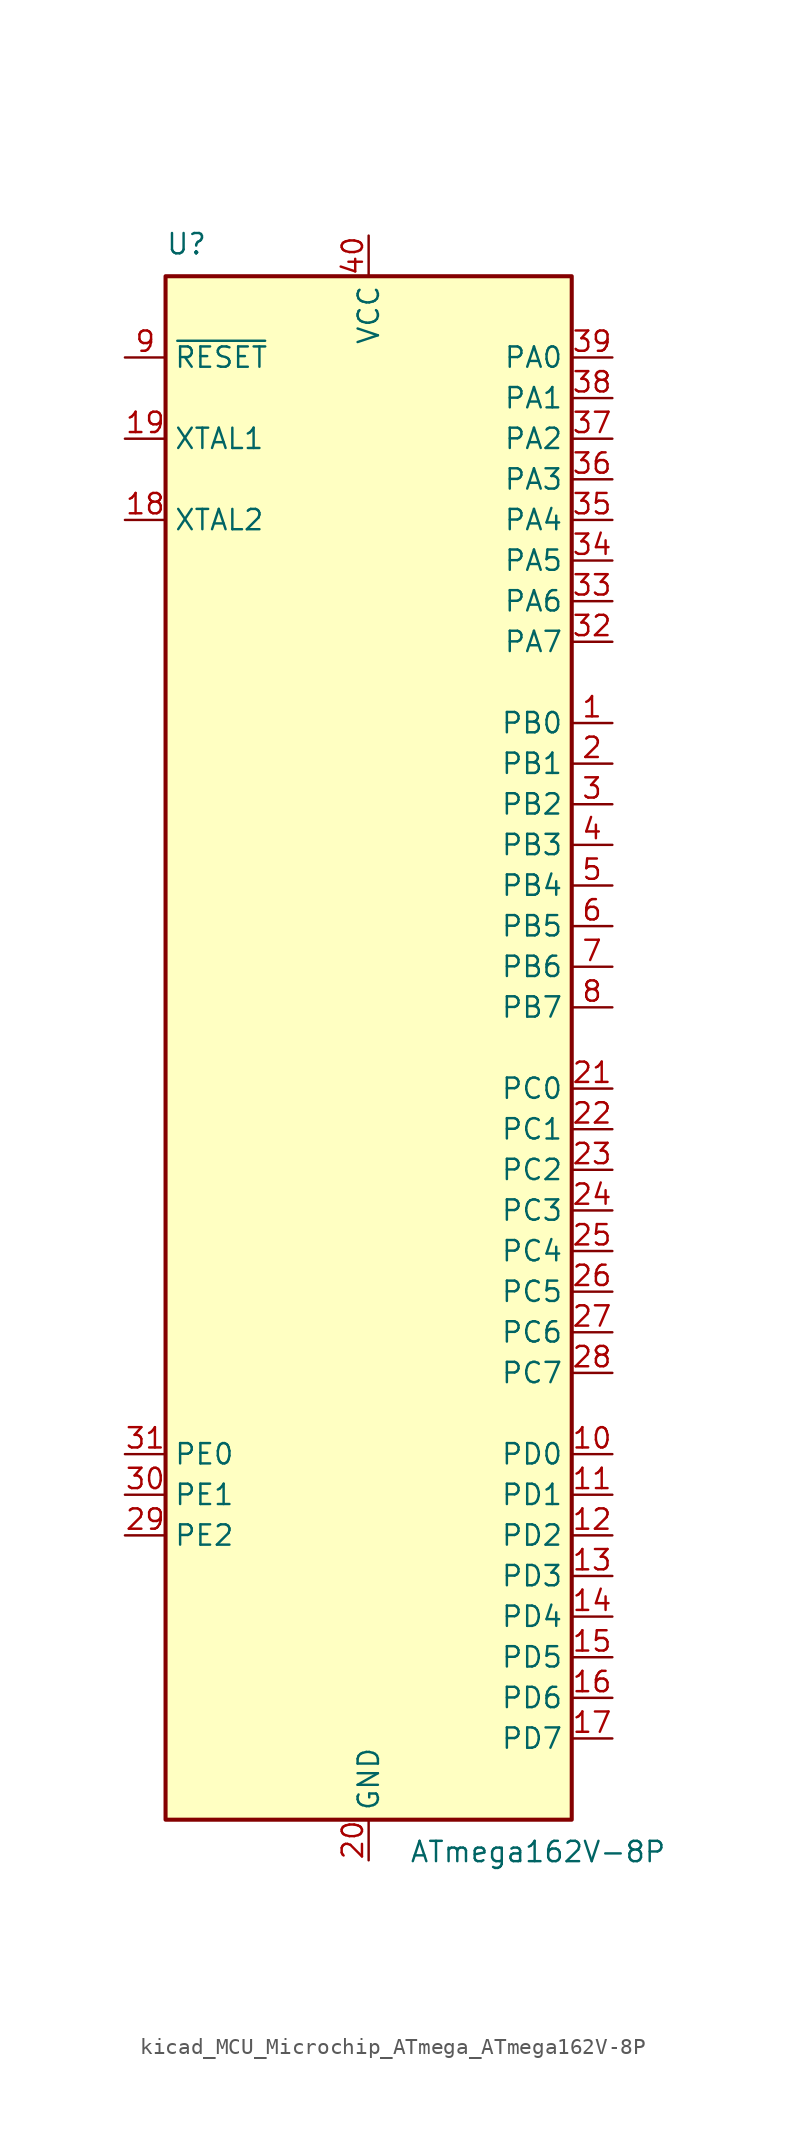
<source format=kicad_sym>
(kicad_symbol_lib
  (version 20220914)
  (generator kicad_symbol_editor)
  (symbol "kicad_MCU_Microchip_ATmega_ATmega162V-8P"
    (property "Reference" "U"
      (at -12.7 49.53 0)
      (effects (font (size 1.27 1.27)) (justify left bottom)))
    (property "Value" "ATmega162V-8P"
      (at 2.54 -49.53 0)
      (effects (font (size 1.27 1.27)) (justify left top)))
    (symbol "kicad_MCU_Microchip_ATmega_ATmega162V-8P_0_1"
      (rectangle (start -12.7 -48.26) (end 12.7 48.26) (stroke (width 0.254) (type default)) (fill (type background))))
    (symbol "kicad_MCU_Microchip_ATmega_ATmega162V-8P_1_1"
      (pin bidirectional line (at 15.24 20.32 180) (length 2.54) (name "PB0" (effects (font (size 1.27 1.27)))) (number "1" (effects (font (size 1.27 1.27)))))
      (pin bidirectional line (at 15.24 -25.4 180) (length 2.54) (name "PD0" (effects (font (size 1.27 1.27)))) (number "10" (effects (font (size 1.27 1.27)))))
      (pin bidirectional line (at 15.24 -27.94 180) (length 2.54) (name "PD1" (effects (font (size 1.27 1.27)))) (number "11" (effects (font (size 1.27 1.27)))))
      (pin bidirectional line (at 15.24 -30.48 180) (length 2.54) (name "PD2" (effects (font (size 1.27 1.27)))) (number "12" (effects (font (size 1.27 1.27)))))
      (pin bidirectional line (at 15.24 -33.02 180) (length 2.54) (name "PD3" (effects (font (size 1.27 1.27)))) (number "13" (effects (font (size 1.27 1.27)))))
      (pin bidirectional line (at 15.24 -35.56 180) (length 2.54) (name "PD4" (effects (font (size 1.27 1.27)))) (number "14" (effects (font (size 1.27 1.27)))))
      (pin bidirectional line (at 15.24 -38.1 180) (length 2.54) (name "PD5" (effects (font (size 1.27 1.27)))) (number "15" (effects (font (size 1.27 1.27)))))
      (pin bidirectional line (at 15.24 -40.64 180) (length 2.54) (name "PD6" (effects (font (size 1.27 1.27)))) (number "16" (effects (font (size 1.27 1.27)))))
      (pin bidirectional line (at 15.24 -43.18 180) (length 2.54) (name "PD7" (effects (font (size 1.27 1.27)))) (number "17" (effects (font (size 1.27 1.27)))))
      (pin output line (at -15.24 33.02 0) (length 2.54) (name "XTAL2" (effects (font (size 1.27 1.27)))) (number "18" (effects (font (size 1.27 1.27)))))
      (pin input line (at -15.24 38.1 0) (length 2.54) (name "XTAL1" (effects (font (size 1.27 1.27)))) (number "19" (effects (font (size 1.27 1.27)))))
      (pin bidirectional line (at 15.24 17.78 180) (length 2.54) (name "PB1" (effects (font (size 1.27 1.27)))) (number "2" (effects (font (size 1.27 1.27)))))
      (pin power_in line (at 0 -50.8 90) (length 2.54) (name "GND" (effects (font (size 1.27 1.27)))) (number "20" (effects (font (size 1.27 1.27)))))
      (pin bidirectional line (at 15.24 -2.54 180) (length 2.54) (name "PC0" (effects (font (size 1.27 1.27)))) (number "21" (effects (font (size 1.27 1.27)))))
      (pin bidirectional line (at 15.24 -5.08 180) (length 2.54) (name "PC1" (effects (font (size 1.27 1.27)))) (number "22" (effects (font (size 1.27 1.27)))))
      (pin bidirectional line (at 15.24 -7.62 180) (length 2.54) (name "PC2" (effects (font (size 1.27 1.27)))) (number "23" (effects (font (size 1.27 1.27)))))
      (pin bidirectional line (at 15.24 -10.16 180) (length 2.54) (name "PC3" (effects (font (size 1.27 1.27)))) (number "24" (effects (font (size 1.27 1.27)))))
      (pin bidirectional line (at 15.24 -12.7 180) (length 2.54) (name "PC4" (effects (font (size 1.27 1.27)))) (number "25" (effects (font (size 1.27 1.27)))))
      (pin bidirectional line (at 15.24 -15.24 180) (length 2.54) (name "PC5" (effects (font (size 1.27 1.27)))) (number "26" (effects (font (size 1.27 1.27)))))
      (pin bidirectional line (at 15.24 -17.78 180) (length 2.54) (name "PC6" (effects (font (size 1.27 1.27)))) (number "27" (effects (font (size 1.27 1.27)))))
      (pin bidirectional line (at 15.24 -20.32 180) (length 2.54) (name "PC7" (effects (font (size 1.27 1.27)))) (number "28" (effects (font (size 1.27 1.27)))))
      (pin bidirectional line (at -15.24 -30.48 0) (length 2.54) (name "PE2" (effects (font (size 1.27 1.27)))) (number "29" (effects (font (size 1.27 1.27)))))
      (pin bidirectional line (at 15.24 15.24 180) (length 2.54) (name "PB2" (effects (font (size 1.27 1.27)))) (number "3" (effects (font (size 1.27 1.27)))))
      (pin bidirectional line (at -15.24 -27.94 0) (length 2.54) (name "PE1" (effects (font (size 1.27 1.27)))) (number "30" (effects (font (size 1.27 1.27)))))
      (pin bidirectional line (at -15.24 -25.4 0) (length 2.54) (name "PE0" (effects (font (size 1.27 1.27)))) (number "31" (effects (font (size 1.27 1.27)))))
      (pin bidirectional line (at 15.24 25.4 180) (length 2.54) (name "PA7" (effects (font (size 1.27 1.27)))) (number "32" (effects (font (size 1.27 1.27)))))
      (pin bidirectional line (at 15.24 27.94 180) (length 2.54) (name "PA6" (effects (font (size 1.27 1.27)))) (number "33" (effects (font (size 1.27 1.27)))))
      (pin bidirectional line (at 15.24 30.48 180) (length 2.54) (name "PA5" (effects (font (size 1.27 1.27)))) (number "34" (effects (font (size 1.27 1.27)))))
      (pin bidirectional line (at 15.24 33.02 180) (length 2.54) (name "PA4" (effects (font (size 1.27 1.27)))) (number "35" (effects (font (size 1.27 1.27)))))
      (pin bidirectional line (at 15.24 35.56 180) (length 2.54) (name "PA3" (effects (font (size 1.27 1.27)))) (number "36" (effects (font (size 1.27 1.27)))))
      (pin bidirectional line (at 15.24 38.1 180) (length 2.54) (name "PA2" (effects (font (size 1.27 1.27)))) (number "37" (effects (font (size 1.27 1.27)))))
      (pin bidirectional line (at 15.24 40.64 180) (length 2.54) (name "PA1" (effects (font (size 1.27 1.27)))) (number "38" (effects (font (size 1.27 1.27)))))
      (pin bidirectional line (at 15.24 43.18 180) (length 2.54) (name "PA0" (effects (font (size 1.27 1.27)))) (number "39" (effects (font (size 1.27 1.27)))))
      (pin bidirectional line (at 15.24 12.7 180) (length 2.54) (name "PB3" (effects (font (size 1.27 1.27)))) (number "4" (effects (font (size 1.27 1.27)))))
      (pin power_in line (at 0 50.8 270) (length 2.54) (name "VCC" (effects (font (size 1.27 1.27)))) (number "40" (effects (font (size 1.27 1.27)))))
      (pin bidirectional line (at 15.24 10.16 180) (length 2.54) (name "PB4" (effects (font (size 1.27 1.27)))) (number "5" (effects (font (size 1.27 1.27)))))
      (pin bidirectional line (at 15.24 7.62 180) (length 2.54) (name "PB5" (effects (font (size 1.27 1.27)))) (number "6" (effects (font (size 1.27 1.27)))))
      (pin bidirectional line (at 15.24 5.08 180) (length 2.54) (name "PB6" (effects (font (size 1.27 1.27)))) (number "7" (effects (font (size 1.27 1.27)))))
      (pin bidirectional line (at 15.24 2.54 180) (length 2.54) (name "PB7" (effects (font (size 1.27 1.27)))) (number "8" (effects (font (size 1.27 1.27)))))
      (pin input line (at -15.24 43.18 0) (length 2.54) (name "~{RESET}" (effects (font (size 1.27 1.27)))) (number "9" (effects (font (size 1.27 1.27))))))))
</source>
